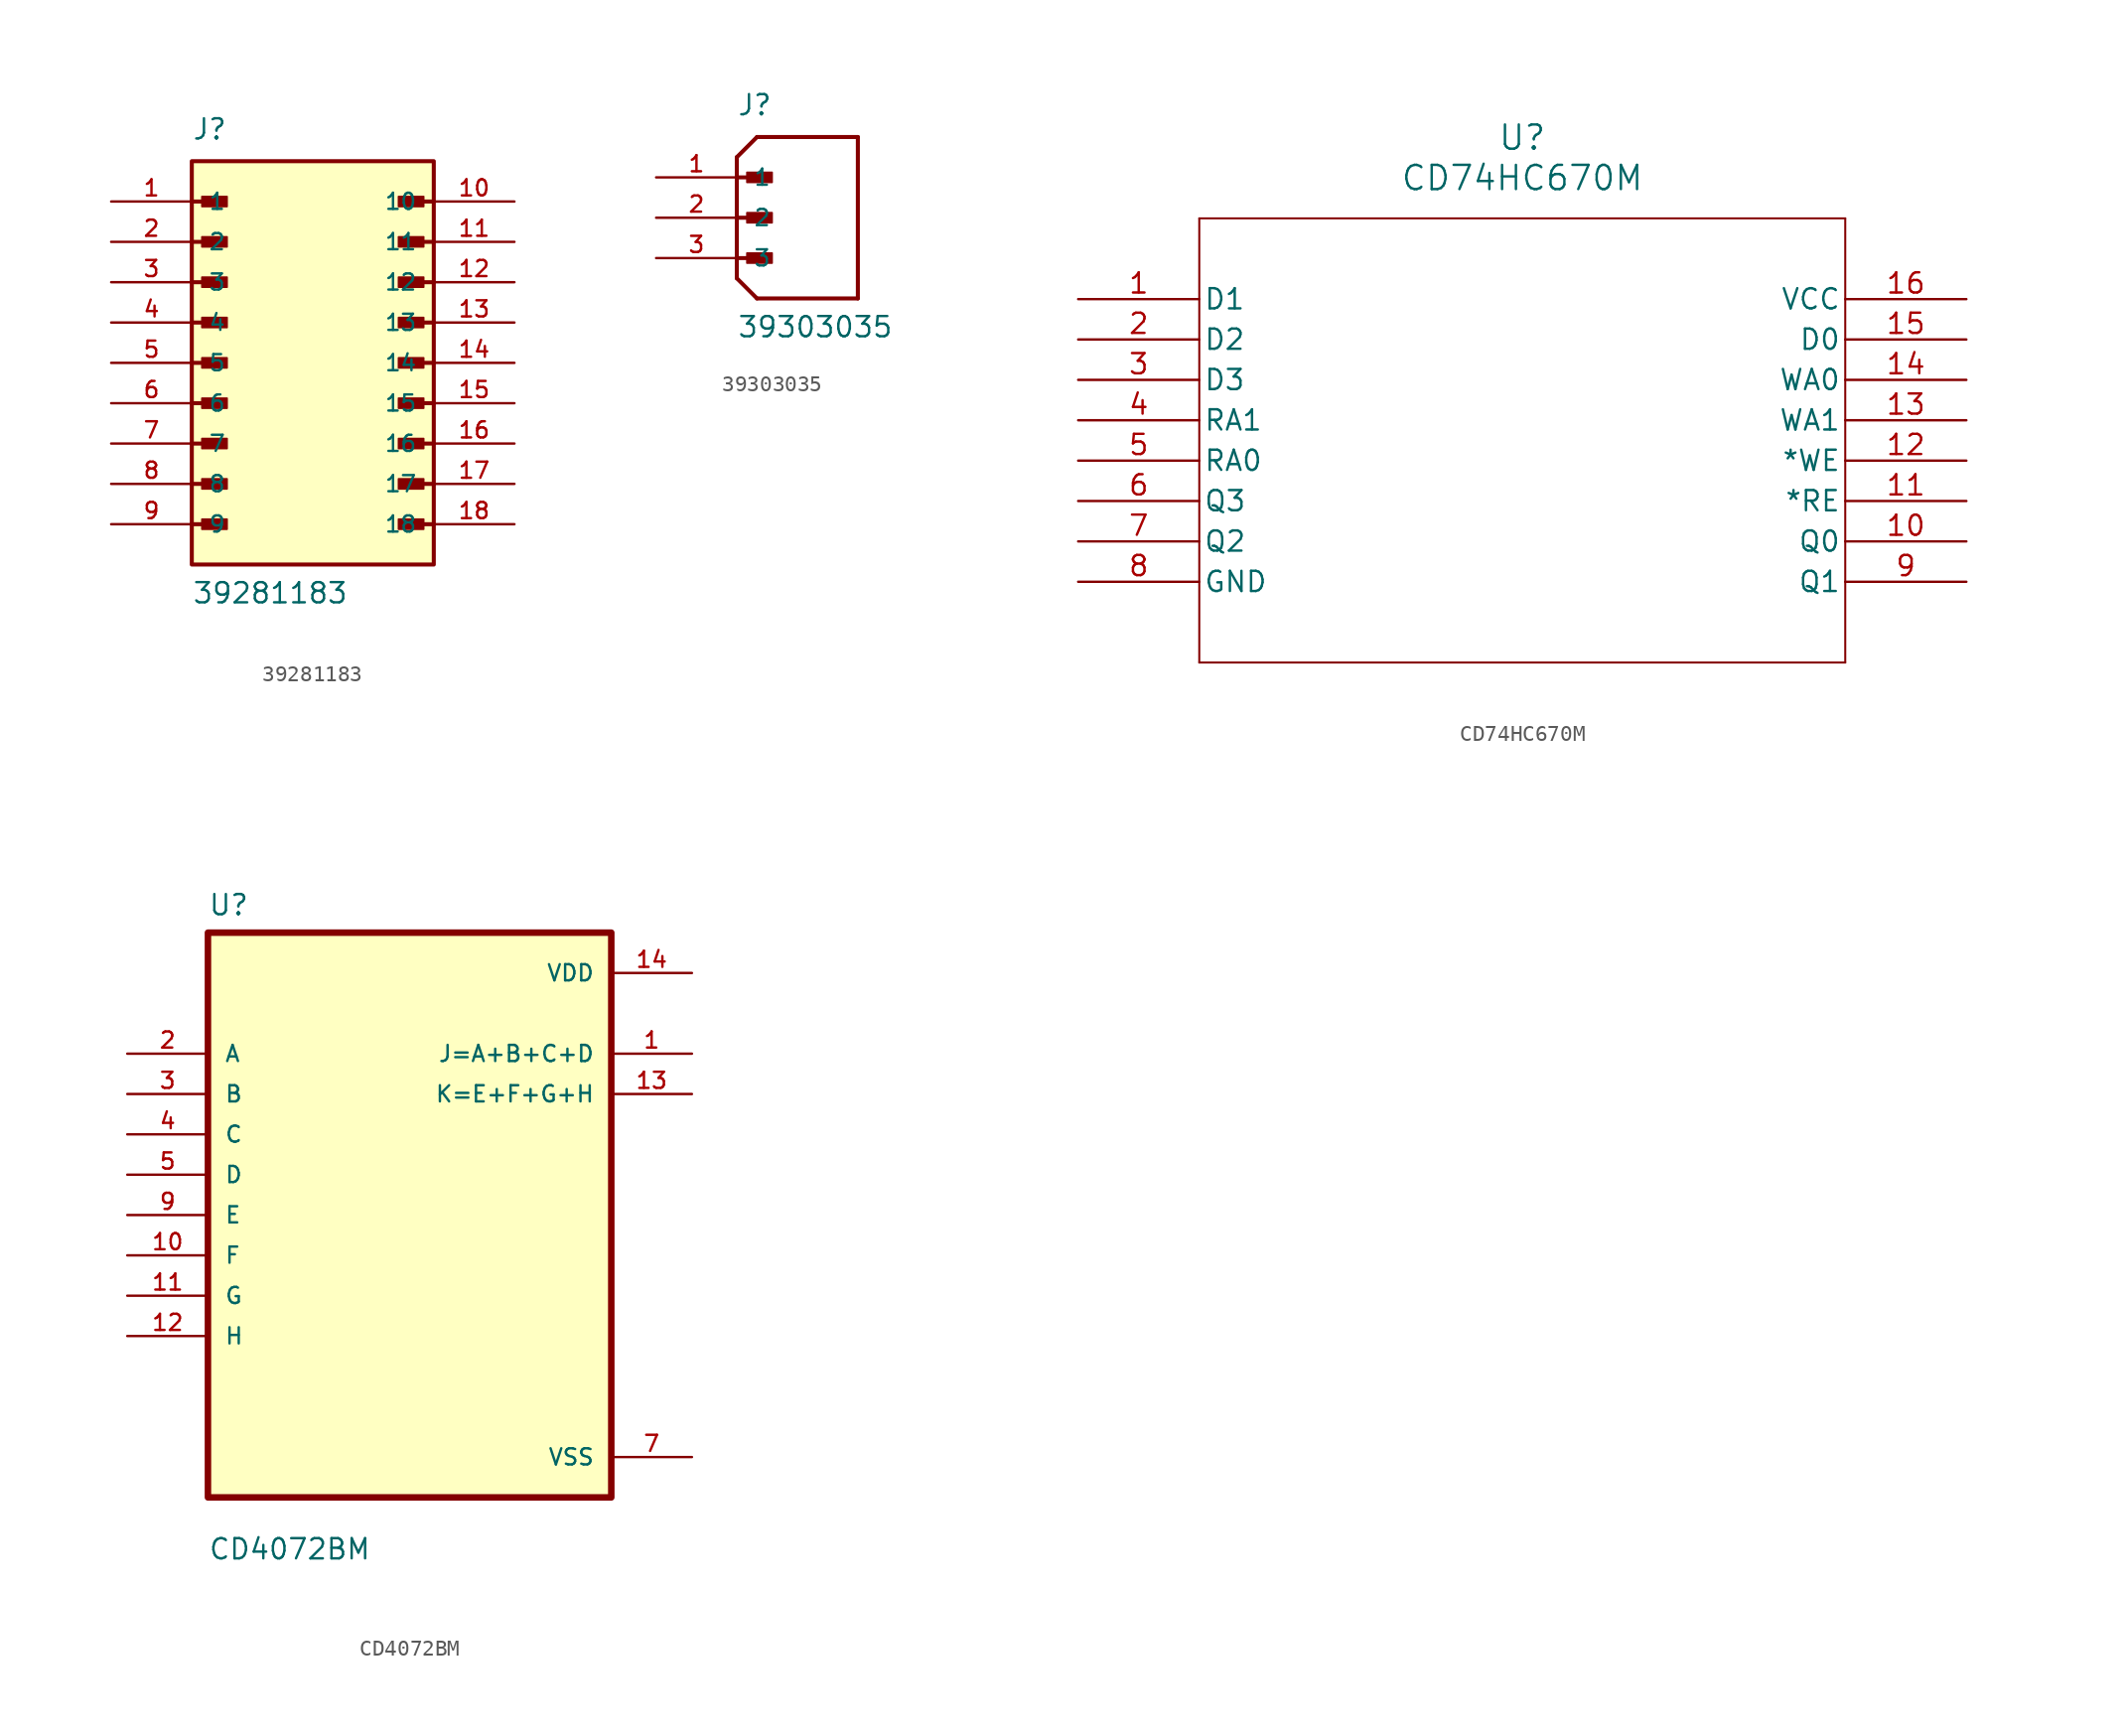
<source format=kicad_sym>
(kicad_symbol_lib
  (version 20220914)
  (generator kicad_symbol_editor)
  (symbol "39281183"
    (pin_names
      (offset 1.016))
    (property "Reference" "J"
      (at -7.62 13.97 0)
      (effects (font (size 1.27 1.27)) (justify left bottom)))
    (property "Value" "39281183"
      (at -7.62 -15.24 0)
      (effects (font (size 1.27 1.27)) (justify left bottom)))
    (symbol "39281183_0_0"
      (rectangle (start -7.62 -12.7) (end 7.62 12.7) (stroke (width 0.254) (type default)) (fill (type background)))
      (rectangle (start -6.985 -10.477) (end -5.397 -9.842) (stroke (width 0.1) (type default)) (fill (type outline)))
      (rectangle (start -6.985 -7.938) (end -5.397 -7.303) (stroke (width 0.1) (type default)) (fill (type outline)))
      (rectangle (start -6.985 -5.397) (end -5.397 -4.763) (stroke (width 0.1) (type default)) (fill (type outline)))
      (rectangle (start -6.985 -2.857) (end -5.397 -2.223) (stroke (width 0.1) (type default)) (fill (type outline)))
      (rectangle (start -6.985 -0.318) (end -5.397 0.318) (stroke (width 0.1) (type default)) (fill (type outline)))
      (rectangle (start -6.985 2.223) (end -5.397 2.857) (stroke (width 0.1) (type default)) (fill (type outline)))
      (rectangle (start -6.985 4.763) (end -5.397 5.397) (stroke (width 0.1) (type default)) (fill (type outline)))
      (rectangle (start -6.985 7.303) (end -5.397 7.938) (stroke (width 0.1) (type default)) (fill (type outline)))
      (rectangle (start -6.985 9.842) (end -5.397 10.477) (stroke (width 0.1) (type default)) (fill (type outline)))
      (polyline (pts (xy -7.62 -10.16) (xy -5.715 -10.16)) (stroke (width 0.254) (type default)) (fill (type none)))
      (polyline (pts (xy -7.62 -7.62) (xy -5.715 -7.62)) (stroke (width 0.254) (type default)) (fill (type none)))
      (polyline (pts (xy -7.62 -5.08) (xy -5.715 -5.08)) (stroke (width 0.254) (type default)) (fill (type none)))
      (polyline (pts (xy -7.62 -2.54) (xy -5.715 -2.54)) (stroke (width 0.254) (type default)) (fill (type none)))
      (polyline (pts (xy -7.62 0) (xy -5.715 0)) (stroke (width 0.254) (type default)) (fill (type none)))
      (polyline (pts (xy -7.62 2.54) (xy -5.715 2.54)) (stroke (width 0.254) (type default)) (fill (type none)))
      (polyline (pts (xy -7.62 5.08) (xy -5.715 5.08)) (stroke (width 0.254) (type default)) (fill (type none)))
      (polyline (pts (xy -7.62 7.62) (xy -5.715 7.62)) (stroke (width 0.254) (type default)) (fill (type none)))
      (polyline (pts (xy -7.62 10.16) (xy -5.715 10.16)) (stroke (width 0.254) (type default)) (fill (type none)))
      (polyline (pts (xy 7.62 -10.16) (xy 5.715 -10.16)) (stroke (width 0.254) (type default)) (fill (type none)))
      (polyline (pts (xy 7.62 -7.62) (xy 5.715 -7.62)) (stroke (width 0.254) (type default)) (fill (type none)))
      (polyline (pts (xy 7.62 -5.08) (xy 5.715 -5.08)) (stroke (width 0.254) (type default)) (fill (type none)))
      (polyline (pts (xy 7.62 -2.54) (xy 5.715 -2.54)) (stroke (width 0.254) (type default)) (fill (type none)))
      (polyline (pts (xy 7.62 0) (xy 5.715 0)) (stroke (width 0.254) (type default)) (fill (type none)))
      (polyline (pts (xy 7.62 2.54) (xy 5.715 2.54)) (stroke (width 0.254) (type default)) (fill (type none)))
      (polyline (pts (xy 7.62 5.08) (xy 5.715 5.08)) (stroke (width 0.254) (type default)) (fill (type none)))
      (polyline (pts (xy 7.62 7.62) (xy 5.715 7.62)) (stroke (width 0.254) (type default)) (fill (type none)))
      (polyline (pts (xy 7.62 10.16) (xy 5.715 10.16)) (stroke (width 0.254) (type default)) (fill (type none)))
      (rectangle (start 5.397 -10.477) (end 6.985 -9.842) (stroke (width 0.1) (type default)) (fill (type outline)))
      (rectangle (start 5.397 -7.938) (end 6.985 -7.303) (stroke (width 0.1) (type default)) (fill (type outline)))
      (rectangle (start 5.397 -5.397) (end 6.985 -4.763) (stroke (width 0.1) (type default)) (fill (type outline)))
      (rectangle (start 5.397 -2.857) (end 6.985 -2.223) (stroke (width 0.1) (type default)) (fill (type outline)))
      (rectangle (start 5.397 -0.318) (end 6.985 0.318) (stroke (width 0.1) (type default)) (fill (type outline)))
      (rectangle (start 5.397 2.223) (end 6.985 2.857) (stroke (width 0.1) (type default)) (fill (type outline)))
      (rectangle (start 5.397 4.763) (end 6.985 5.397) (stroke (width 0.1) (type default)) (fill (type outline)))
      (rectangle (start 5.397 7.303) (end 6.985 7.938) (stroke (width 0.1) (type default)) (fill (type outline)))
      (rectangle (start 5.397 9.842) (end 6.985 10.477) (stroke (width 0.1) (type default)) (fill (type outline)))
      (pin passive line (at -12.7 10.16 0) (length 5.08) (name "1" (effects (font (size 1.016 1.016)))) (number "1" (effects (font (size 1.016 1.016)))))
      (pin passive line (at 12.7 10.16 180) (length 5.08) (name "10" (effects (font (size 1.016 1.016)))) (number "10" (effects (font (size 1.016 1.016)))))
      (pin passive line (at 12.7 7.62 180) (length 5.08) (name "11" (effects (font (size 1.016 1.016)))) (number "11" (effects (font (size 1.016 1.016)))))
      (pin passive line (at 12.7 5.08 180) (length 5.08) (name "12" (effects (font (size 1.016 1.016)))) (number "12" (effects (font (size 1.016 1.016)))))
      (pin passive line (at 12.7 2.54 180) (length 5.08) (name "13" (effects (font (size 1.016 1.016)))) (number "13" (effects (font (size 1.016 1.016)))))
      (pin passive line (at 12.7 0 180) (length 5.08) (name "14" (effects (font (size 1.016 1.016)))) (number "14" (effects (font (size 1.016 1.016)))))
      (pin passive line (at 12.7 -2.54 180) (length 5.08) (name "15" (effects (font (size 1.016 1.016)))) (number "15" (effects (font (size 1.016 1.016)))))
      (pin passive line (at 12.7 -5.08 180) (length 5.08) (name "16" (effects (font (size 1.016 1.016)))) (number "16" (effects (font (size 1.016 1.016)))))
      (pin passive line (at 12.7 -7.62 180) (length 5.08) (name "17" (effects (font (size 1.016 1.016)))) (number "17" (effects (font (size 1.016 1.016)))))
      (pin passive line (at 12.7 -10.16 180) (length 5.08) (name "18" (effects (font (size 1.016 1.016)))) (number "18" (effects (font (size 1.016 1.016)))))
      (pin passive line (at -12.7 7.62 0) (length 5.08) (name "2" (effects (font (size 1.016 1.016)))) (number "2" (effects (font (size 1.016 1.016)))))
      (pin passive line (at -12.7 5.08 0) (length 5.08) (name "3" (effects (font (size 1.016 1.016)))) (number "3" (effects (font (size 1.016 1.016)))))
      (pin passive line (at -12.7 2.54 0) (length 5.08) (name "4" (effects (font (size 1.016 1.016)))) (number "4" (effects (font (size 1.016 1.016)))))
      (pin passive line (at -12.7 0 0) (length 5.08) (name "5" (effects (font (size 1.016 1.016)))) (number "5" (effects (font (size 1.016 1.016)))))
      (pin passive line (at -12.7 -2.54 0) (length 5.08) (name "6" (effects (font (size 1.016 1.016)))) (number "6" (effects (font (size 1.016 1.016)))))
      (pin passive line (at -12.7 -5.08 0) (length 5.08) (name "7" (effects (font (size 1.016 1.016)))) (number "7" (effects (font (size 1.016 1.016)))))
      (pin passive line (at -12.7 -7.62 0) (length 5.08) (name "8" (effects (font (size 1.016 1.016)))) (number "8" (effects (font (size 1.016 1.016)))))
      (pin passive line (at -12.7 -10.16 0) (length 5.08) (name "9" (effects (font (size 1.016 1.016)))) (number "9" (effects (font (size 1.016 1.016)))))))
  (symbol "39303035"
    (pin_names
      (offset 1.016))
    (property "Reference" "J"
      (at 0 6.35 0)
      (effects (font (size 1.27 1.27)) (justify left bottom)))
    (property "Value" "39303035"
      (at 0 -7.62 0)
      (effects (font (size 1.27 1.27)) (justify left bottom)))
    (symbol "39303035_0_0"
      (polyline (pts (xy 0 -3.81) (xy 1.27 -5.08)) (stroke (width 0.254) (type default)) (fill (type none)))
      (polyline (pts (xy 0 -2.54) (xy 1.905 -2.54)) (stroke (width 0.254) (type default)) (fill (type none)))
      (polyline (pts (xy 0 0) (xy 1.905 0)) (stroke (width 0.254) (type default)) (fill (type none)))
      (polyline (pts (xy 0 2.54) (xy 0 -3.81)) (stroke (width 0.254) (type default)) (fill (type none)))
      (polyline (pts (xy 0 2.54) (xy 1.905 2.54)) (stroke (width 0.254) (type default)) (fill (type none)))
      (polyline (pts (xy 0 3.81) (xy 0 2.54)) (stroke (width 0.254) (type default)) (fill (type none)))
      (polyline (pts (xy 0 3.81) (xy 1.27 5.08)) (stroke (width 0.254) (type default)) (fill (type none)))
      (polyline (pts (xy 1.27 -5.08) (xy 7.62 -5.08)) (stroke (width 0.254) (type default)) (fill (type none)))
      (polyline (pts (xy 7.62 -5.08) (xy 7.62 5.08)) (stroke (width 0.254) (type default)) (fill (type none)))
      (polyline (pts (xy 7.62 5.08) (xy 1.27 5.08)) (stroke (width 0.254) (type default)) (fill (type none)))
      (rectangle (start 0.635 -2.857) (end 2.223 -2.223) (stroke (width 0.1) (type default)) (fill (type outline)))
      (rectangle (start 0.635 -0.318) (end 2.223 0.318) (stroke (width 0.1) (type default)) (fill (type outline)))
      (rectangle (start 0.635 2.223) (end 2.223 2.857) (stroke (width 0.1) (type default)) (fill (type outline)))
      (pin passive line (at -5.08 2.54 0) (length 5.08) (name "1" (effects (font (size 1.016 1.016)))) (number "1" (effects (font (size 1.016 1.016)))))
      (pin passive line (at -5.08 0 0) (length 5.08) (name "2" (effects (font (size 1.016 1.016)))) (number "2" (effects (font (size 1.016 1.016)))))
      (pin passive line (at -5.08 -2.54 0) (length 5.08) (name "3" (effects (font (size 1.016 1.016)))) (number "3" (effects (font (size 1.016 1.016)))))))
  (symbol "CD74HC670M"
    (pin_names
      (offset 0.254))
    (property "Reference" "U"
      (at 27.94 10.16 0)
      (effects (font (size 1.524 1.524))))
    (property "Value" "CD74HC670M"
      (at 27.94 7.62 0)
      (effects (font (size 1.524 1.524))))
    (symbol "CD74HC670M_0_1"
      (polyline (pts (xy 7.62 -22.86) (xy 48.26 -22.86)) (stroke (width 0.127) (type default)) (fill (type none)))
      (polyline (pts (xy 7.62 5.08) (xy 7.62 -22.86)) (stroke (width 0.127) (type default)) (fill (type none)))
      (polyline (pts (xy 48.26 -22.86) (xy 48.26 5.08)) (stroke (width 0.127) (type default)) (fill (type none)))
      (polyline (pts (xy 48.26 5.08) (xy 7.62 5.08)) (stroke (width 0.127) (type default)) (fill (type none)))
      (pin input line (at 0 0 0) (length 7.62) (name "D1" (effects (font (size 1.27 1.27)))) (number "1" (effects (font (size 1.27 1.27)))))
      (pin output line (at 55.88 -15.24 180) (length 7.62) (name "Q0" (effects (font (size 1.27 1.27)))) (number "10" (effects (font (size 1.27 1.27)))))
      (pin input line (at 55.88 -12.7 180) (length 7.62) (name "*RE" (effects (font (size 1.27 1.27)))) (number "11" (effects (font (size 1.27 1.27)))))
      (pin input line (at 55.88 -10.16 180) (length 7.62) (name "*WE" (effects (font (size 1.27 1.27)))) (number "12" (effects (font (size 1.27 1.27)))))
      (pin input line (at 55.88 -7.62 180) (length 7.62) (name "WA1" (effects (font (size 1.27 1.27)))) (number "13" (effects (font (size 1.27 1.27)))))
      (pin input line (at 55.88 -5.08 180) (length 7.62) (name "WA0" (effects (font (size 1.27 1.27)))) (number "14" (effects (font (size 1.27 1.27)))))
      (pin input line (at 55.88 -2.54 180) (length 7.62) (name "D0" (effects (font (size 1.27 1.27)))) (number "15" (effects (font (size 1.27 1.27)))))
      (pin power_in line (at 55.88 0 180) (length 7.62) (name "VCC" (effects (font (size 1.27 1.27)))) (number "16" (effects (font (size 1.27 1.27)))))
      (pin input line (at 0 -2.54 0) (length 7.62) (name "D2" (effects (font (size 1.27 1.27)))) (number "2" (effects (font (size 1.27 1.27)))))
      (pin input line (at 0 -5.08 0) (length 7.62) (name "D3" (effects (font (size 1.27 1.27)))) (number "3" (effects (font (size 1.27 1.27)))))
      (pin input line (at 0 -7.62 0) (length 7.62) (name "RA1" (effects (font (size 1.27 1.27)))) (number "4" (effects (font (size 1.27 1.27)))))
      (pin input line (at 0 -10.16 0) (length 7.62) (name "RA0" (effects (font (size 1.27 1.27)))) (number "5" (effects (font (size 1.27 1.27)))))
      (pin output line (at 0 -12.7 0) (length 7.62) (name "Q3" (effects (font (size 1.27 1.27)))) (number "6" (effects (font (size 1.27 1.27)))))
      (pin output line (at 0 -15.24 0) (length 7.62) (name "Q2" (effects (font (size 1.27 1.27)))) (number "7" (effects (font (size 1.27 1.27)))))
      (pin power_in line (at 0 -17.78 0) (length 7.62) (name "GND" (effects (font (size 1.27 1.27)))) (number "8" (effects (font (size 1.27 1.27)))))
      (pin output line (at 55.88 -17.78 180) (length 7.62) (name "Q1" (effects (font (size 1.27 1.27)))) (number "9" (effects (font (size 1.27 1.27)))))))
  (symbol "CD4072BM"
    (pin_names
      (offset 1.016))
    (property "Reference" "U"
      (at -12.7 18.78 0)
      (effects (font (size 1.27 1.27)) (justify left bottom)))
    (property "Value" "CD4072BM"
      (at -12.7 -21.78 0)
      (effects (font (size 1.27 1.27)) (justify left bottom)))
    (symbol "CD4072BM_0_0"
      (rectangle (start -12.7 -17.78) (end 12.7 17.78) (stroke (width 0.41) (type default)) (fill (type background)))
      (pin output line (at 17.78 10.16 180) (length 5.08) (name "J=A+B+C+D" (effects (font (size 1.016 1.016)))) (number "1" (effects (font (size 1.016 1.016)))))
      (pin input line (at -17.78 -2.54 0) (length 5.08) (name "F" (effects (font (size 1.016 1.016)))) (number "10" (effects (font (size 1.016 1.016)))))
      (pin input line (at -17.78 -5.08 0) (length 5.08) (name "G" (effects (font (size 1.016 1.016)))) (number "11" (effects (font (size 1.016 1.016)))))
      (pin input line (at -17.78 -7.62 0) (length 5.08) (name "H" (effects (font (size 1.016 1.016)))) (number "12" (effects (font (size 1.016 1.016)))))
      (pin output line (at 17.78 7.62 180) (length 5.08) (name "K=E+F+G+H" (effects (font (size 1.016 1.016)))) (number "13" (effects (font (size 1.016 1.016)))))
      (pin power_in line (at 17.78 15.24 180) (length 5.08) (name "VDD" (effects (font (size 1.016 1.016)))) (number "14" (effects (font (size 1.016 1.016)))))
      (pin input line (at -17.78 10.16 0) (length 5.08) (name "A" (effects (font (size 1.016 1.016)))) (number "2" (effects (font (size 1.016 1.016)))))
      (pin input line (at -17.78 7.62 0) (length 5.08) (name "B" (effects (font (size 1.016 1.016)))) (number "3" (effects (font (size 1.016 1.016)))))
      (pin input line (at -17.78 5.08 0) (length 5.08) (name "C" (effects (font (size 1.016 1.016)))) (number "4" (effects (font (size 1.016 1.016)))))
      (pin input line (at -17.78 2.54 0) (length 5.08) (name "D" (effects (font (size 1.016 1.016)))) (number "5" (effects (font (size 1.016 1.016)))))
      (pin power_in line (at 17.78 -15.24 180) (length 5.08) (name "VSS" (effects (font (size 1.016 1.016)))) (number "7" (effects (font (size 1.016 1.016)))))
      (pin input line (at -17.78 0 0) (length 5.08) (name "E" (effects (font (size 1.016 1.016)))) (number "9" (effects (font (size 1.016 1.016))))))))
</source>
